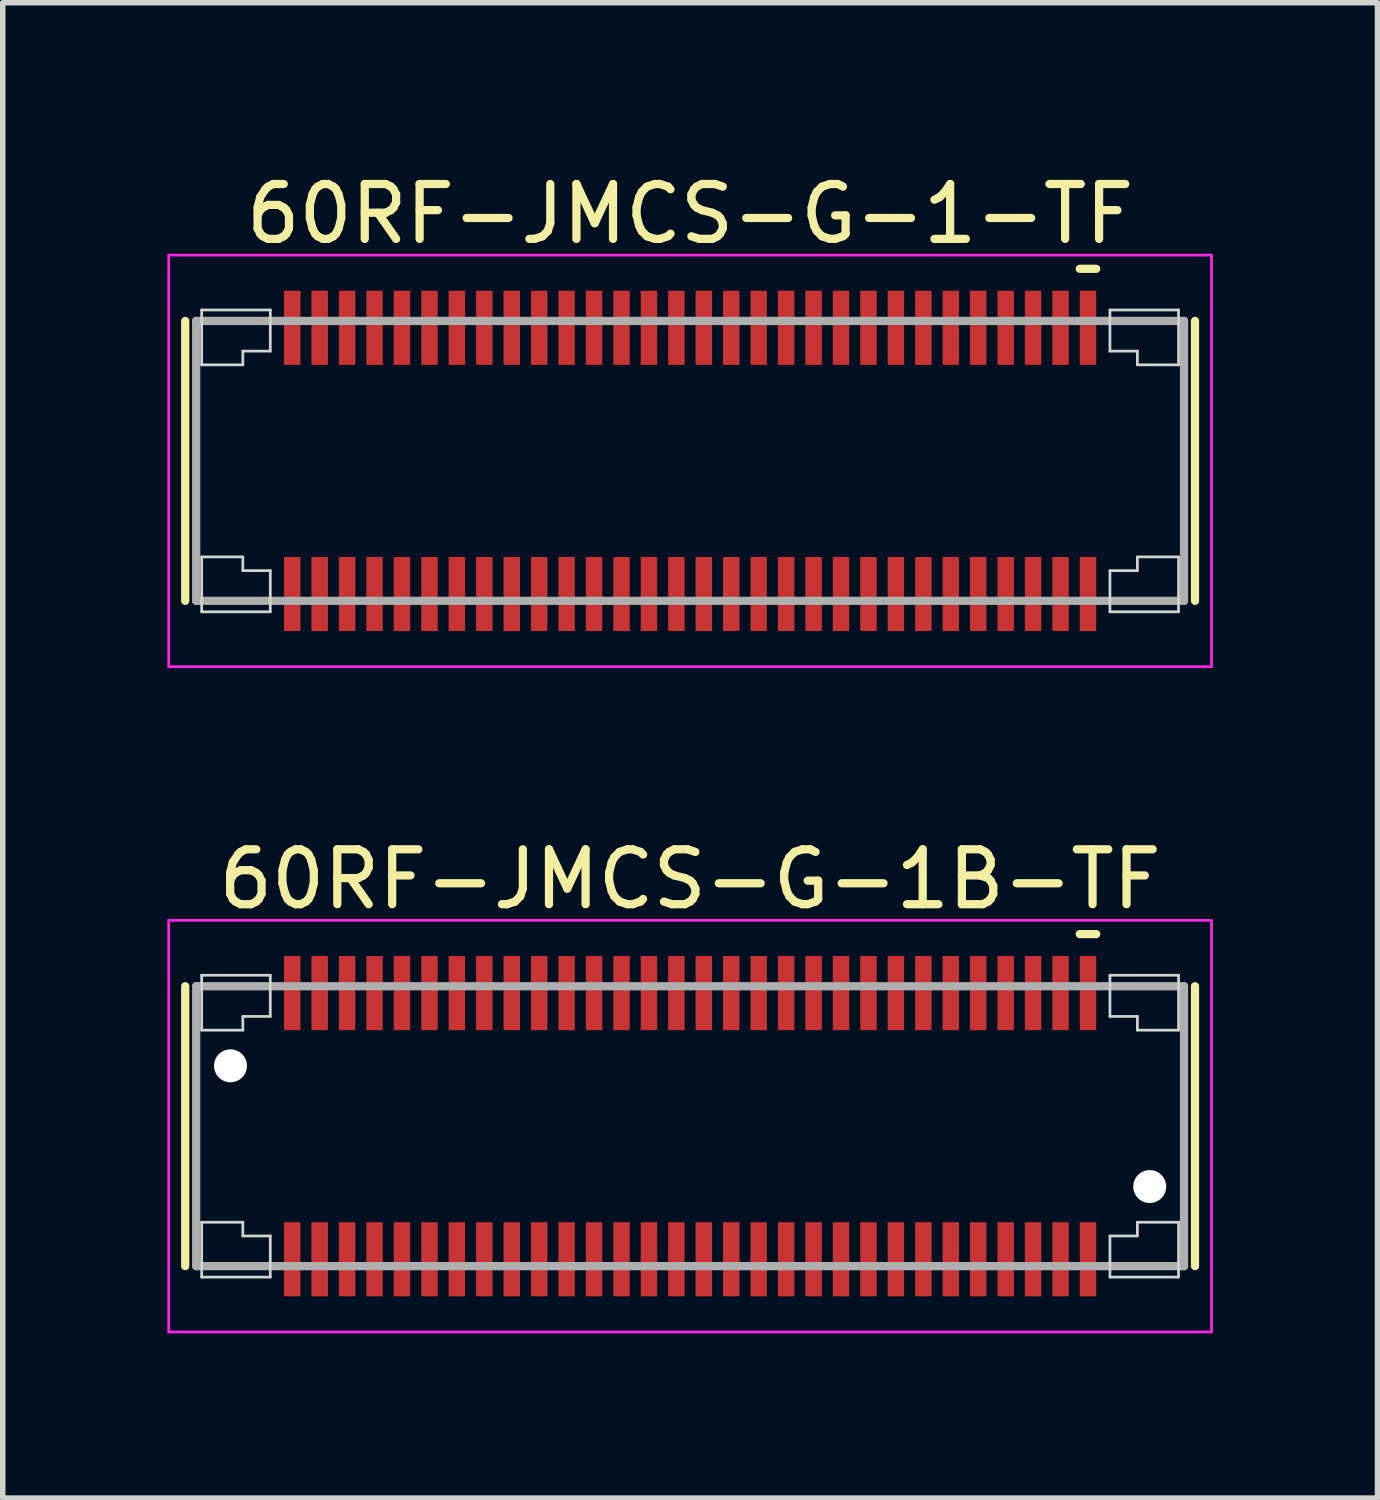
<source format=kicad_pcb>
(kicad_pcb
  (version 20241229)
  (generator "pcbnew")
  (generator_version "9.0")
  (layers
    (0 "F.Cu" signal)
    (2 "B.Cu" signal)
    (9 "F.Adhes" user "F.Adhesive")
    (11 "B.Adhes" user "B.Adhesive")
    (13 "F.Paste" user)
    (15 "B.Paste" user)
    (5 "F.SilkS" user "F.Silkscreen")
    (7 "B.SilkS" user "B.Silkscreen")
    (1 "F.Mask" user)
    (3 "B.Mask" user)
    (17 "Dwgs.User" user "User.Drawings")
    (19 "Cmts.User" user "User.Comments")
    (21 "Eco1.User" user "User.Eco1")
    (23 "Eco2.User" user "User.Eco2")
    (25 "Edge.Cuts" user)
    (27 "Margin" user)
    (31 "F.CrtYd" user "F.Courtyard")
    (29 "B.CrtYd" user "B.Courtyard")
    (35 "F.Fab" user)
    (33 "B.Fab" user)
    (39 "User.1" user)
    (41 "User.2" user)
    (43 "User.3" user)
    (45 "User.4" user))
  (footprint "60RF-JMCS-G-1-TF"
    (layer "F.Cu")
    (at 9.525 5.348)
    (property "Reference" "60RF-JMCS-G-1-TF" (at 0 -4.5 0) (layer "F.SilkS") (effects (font (size 1 1) (thickness 0.15))))
    (attr smd)
    (fp_line (start -9.2 -2.55) (end -9.2 2.55) (stroke (width 0.15) (type solid)) (layer "F.SilkS"))
    (fp_line (start 7.1 -3.5) (end 7.4 -3.5) (stroke (width 0.15) (type solid)) (layer "F.SilkS"))
    (fp_line (start 9.2 -2.55) (end 9.2 2.55) (stroke (width 0.15) (type solid)) (layer "F.SilkS"))
    (fp_line (start -8.9 -2.75) (end -8.9 -1.75) (stroke (width 0.05) (type solid)) (layer "Edge.Cuts"))
    (fp_line (start -8.9 -2.75) (end -7.65 -2.75) (stroke (width 0.05) (type solid)) (layer "Edge.Cuts"))
    (fp_line (start -8.9 -1.75) (end -8.15 -1.75) (stroke (width 0.05) (type solid)) (layer "Edge.Cuts"))
    (fp_line (start -8.9 1.75) (end -8.15 1.75) (stroke (width 0.05) (type solid)) (layer "Edge.Cuts"))
    (fp_line (start -8.9 2.75) (end -8.9 1.75) (stroke (width 0.05) (type solid)) (layer "Edge.Cuts"))
    (fp_line (start -8.9 2.75) (end -7.65 2.75) (stroke (width 0.05) (type solid)) (layer "Edge.Cuts"))
    (fp_line (start -8.15 -2) (end -8.15 -1.75) (stroke (width 0.05) (type solid)) (layer "Edge.Cuts"))
    (fp_line (start -8.15 -2) (end -7.65 -2) (stroke (width 0.05) (type solid)) (layer "Edge.Cuts"))
    (fp_line (start -8.15 2) (end -8.15 1.75) (stroke (width 0.05) (type solid)) (layer "Edge.Cuts"))
    (fp_line (start -8.15 2) (end -7.65 2) (stroke (width 0.05) (type solid)) (layer "Edge.Cuts"))
    (fp_line (start -7.65 -2.75) (end -7.65 -2) (stroke (width 0.05) (type solid)) (layer "Edge.Cuts"))
    (fp_line (start -7.65 2.75) (end -7.65 2) (stroke (width 0.05) (type solid)) (layer "Edge.Cuts"))
    (fp_line (start 7.65 -2.75) (end 7.65 -2) (stroke (width 0.05) (type solid)) (layer "Edge.Cuts"))
    (fp_line (start 7.65 2.75) (end 7.65 2) (stroke (width 0.05) (type solid)) (layer "Edge.Cuts"))
    (fp_line (start 8.15 -2) (end 7.65 -2) (stroke (width 0.05) (type solid)) (layer "Edge.Cuts"))
    (fp_line (start 8.15 -2) (end 8.15 -1.75) (stroke (width 0.05) (type solid)) (layer "Edge.Cuts"))
    (fp_line (start 8.15 2) (end 7.65 2) (stroke (width 0.05) (type solid)) (layer "Edge.Cuts"))
    (fp_line (start 8.15 2) (end 8.15 1.75) (stroke (width 0.05) (type solid)) (layer "Edge.Cuts"))
    (fp_line (start 8.9 -2.75) (end 7.65 -2.75) (stroke (width 0.05) (type solid)) (layer "Edge.Cuts"))
    (fp_line (start 8.9 -2.75) (end 8.9 -1.75) (stroke (width 0.05) (type solid)) (layer "Edge.Cuts"))
    (fp_line (start 8.9 -1.75) (end 8.15 -1.75) (stroke (width 0.05) (type solid)) (layer "Edge.Cuts"))
    (fp_line (start 8.9 1.75) (end 8.15 1.75) (stroke (width 0.05) (type solid)) (layer "Edge.Cuts"))
    (fp_line (start 8.9 2.75) (end 7.65 2.75) (stroke (width 0.05) (type solid)) (layer "Edge.Cuts"))
    (fp_line (start 8.9 2.75) (end 8.9 1.75) (stroke (width 0.05) (type solid)) (layer "Edge.Cuts"))
    (fp_line (start -9.5 -3.75) (end -9.5 3.75) (stroke (width 0.05) (type solid)) (layer "F.CrtYd"))
    (fp_line (start -9.5 -3.75) (end 9.5 -3.75) (stroke (width 0.05) (type solid)) (layer "F.CrtYd"))
    (fp_line (start -9.5 3.75) (end 9.5 3.75) (stroke (width 0.05) (type solid)) (layer "F.CrtYd"))
    (fp_line (start 9.5 -3.75) (end 9.5 3.75) (stroke (width 0.05) (type solid)) (layer "F.CrtYd"))
    (fp_line (start -9 -2.55) (end -9 2.55) (stroke (width 0.15) (type solid)) (layer "F.Fab"))
    (fp_line (start -9 -2.55) (end 9 -2.55) (stroke (width 0.15) (type solid)) (layer "F.Fab"))
    (fp_line (start -9 2.55) (end 9 2.55) (stroke (width 0.15) (type solid)) (layer "F.Fab"))
    (fp_line (start 9 -2.55) (end 9 2.55) (stroke (width 0.15) (type solid)) (layer "F.Fab"))
    (pad "1" smd rect (at 7.25 -2.425) (size 0.3 1.35) (layers "F.Cu" "F.Mask" "F.Paste"))
    (pad "2" smd rect (at 7.25 2.425) (size 0.3 1.35) (layers "F.Cu" "F.Mask" "F.Paste"))
    (pad "3" smd rect (at 6.75 -2.425) (size 0.3 1.35) (layers "F.Cu" "F.Mask" "F.Paste"))
    (pad "4" smd rect (at 6.75 2.425) (size 0.3 1.35) (layers "F.Cu" "F.Mask" "F.Paste"))
    (pad "5" smd rect (at 6.25 -2.425) (size 0.3 1.35) (layers "F.Cu" "F.Mask" "F.Paste"))
    (pad "6" smd rect (at 6.25 2.425) (size 0.3 1.35) (layers "F.Cu" "F.Mask" "F.Paste"))
    (pad "7" smd rect (at 5.75 -2.425) (size 0.3 1.35) (layers "F.Cu" "F.Mask" "F.Paste"))
    (pad "8" smd rect (at 5.75 2.425) (size 0.3 1.35) (layers "F.Cu" "F.Mask" "F.Paste"))
    (pad "9" smd rect (at 5.25 -2.425) (size 0.3 1.35) (layers "F.Cu" "F.Mask" "F.Paste"))
    (pad "10" smd rect (at 5.25 2.425) (size 0.3 1.35) (layers "F.Cu" "F.Mask" "F.Paste"))
    (pad "11" smd rect (at 4.75 -2.425) (size 0.3 1.35) (layers "F.Cu" "F.Mask" "F.Paste"))
    (pad "12" smd rect (at 4.75 2.425) (size 0.3 1.35) (layers "F.Cu" "F.Mask" "F.Paste"))
    (pad "13" smd rect (at 4.25 -2.425) (size 0.3 1.35) (layers "F.Cu" "F.Mask" "F.Paste"))
    (pad "14" smd rect (at 4.25 2.425) (size 0.3 1.35) (layers "F.Cu" "F.Mask" "F.Paste"))
    (pad "15" smd rect (at 3.75 -2.425) (size 0.3 1.35) (layers "F.Cu" "F.Mask" "F.Paste"))
    (pad "16" smd rect (at 3.75 2.425) (size 0.3 1.35) (layers "F.Cu" "F.Mask" "F.Paste"))
    (pad "17" smd rect (at 3.25 -2.425) (size 0.3 1.35) (layers "F.Cu" "F.Mask" "F.Paste"))
    (pad "18" smd rect (at 3.25 2.425) (size 0.3 1.35) (layers "F.Cu" "F.Mask" "F.Paste"))
    (pad "19" smd rect (at 2.75 -2.425) (size 0.3 1.35) (layers "F.Cu" "F.Mask" "F.Paste"))
    (pad "20" smd rect (at 2.75 2.425) (size 0.3 1.35) (layers "F.Cu" "F.Mask" "F.Paste"))
    (pad "21" smd rect (at 2.25 -2.425) (size 0.3 1.35) (layers "F.Cu" "F.Mask" "F.Paste"))
    (pad "22" smd rect (at 2.25 2.425) (size 0.3 1.35) (layers "F.Cu" "F.Mask" "F.Paste"))
    (pad "23" smd rect (at 1.75 -2.425) (size 0.3 1.35) (layers "F.Cu" "F.Mask" "F.Paste"))
    (pad "24" smd rect (at 1.75 2.425) (size 0.3 1.35) (layers "F.Cu" "F.Mask" "F.Paste"))
    (pad "25" smd rect (at 1.25 -2.425) (size 0.3 1.35) (layers "F.Cu" "F.Mask" "F.Paste"))
    (pad "26" smd rect (at 1.25 2.425) (size 0.3 1.35) (layers "F.Cu" "F.Mask" "F.Paste"))
    (pad "27" smd rect (at 0.75 -2.425) (size 0.3 1.35) (layers "F.Cu" "F.Mask" "F.Paste"))
    (pad "28" smd rect (at 0.75 2.425) (size 0.3 1.35) (layers "F.Cu" "F.Mask" "F.Paste"))
    (pad "29" smd rect (at 0.25 -2.425) (size 0.3 1.35) (layers "F.Cu" "F.Mask" "F.Paste"))
    (pad "30" smd rect (at 0.25 2.425) (size 0.3 1.35) (layers "F.Cu" "F.Mask" "F.Paste"))
    (pad "31" smd rect (at -0.25 -2.425) (size 0.3 1.35) (layers "F.Cu" "F.Mask" "F.Paste"))
    (pad "32" smd rect (at -0.25 2.425) (size 0.3 1.35) (layers "F.Cu" "F.Mask" "F.Paste"))
    (pad "33" smd rect (at -0.75 -2.425) (size 0.3 1.35) (layers "F.Cu" "F.Mask" "F.Paste"))
    (pad "34" smd rect (at -0.75 2.425) (size 0.3 1.35) (layers "F.Cu" "F.Mask" "F.Paste"))
    (pad "35" smd rect (at -1.25 -2.425) (size 0.3 1.35) (layers "F.Cu" "F.Mask" "F.Paste"))
    (pad "36" smd rect (at -1.25 2.425) (size 0.3 1.35) (layers "F.Cu" "F.Mask" "F.Paste"))
    (pad "37" smd rect (at -1.75 -2.425) (size 0.3 1.35) (layers "F.Cu" "F.Mask" "F.Paste"))
    (pad "38" smd rect (at -1.75 2.425) (size 0.3 1.35) (layers "F.Cu" "F.Mask" "F.Paste"))
    (pad "39" smd rect (at -2.25 -2.425) (size 0.3 1.35) (layers "F.Cu" "F.Mask" "F.Paste"))
    (pad "40" smd rect (at -2.25 2.425) (size 0.3 1.35) (layers "F.Cu" "F.Mask" "F.Paste"))
    (pad "41" smd rect (at -2.75 -2.425) (size 0.3 1.35) (layers "F.Cu" "F.Mask" "F.Paste"))
    (pad "42" smd rect (at -2.75 2.425) (size 0.3 1.35) (layers "F.Cu" "F.Mask" "F.Paste"))
    (pad "43" smd rect (at -3.25 -2.425) (size 0.3 1.35) (layers "F.Cu" "F.Mask" "F.Paste"))
    (pad "44" smd rect (at -3.25 2.425) (size 0.3 1.35) (layers "F.Cu" "F.Mask" "F.Paste"))
    (pad "45" smd rect (at -3.75 -2.425) (size 0.3 1.35) (layers "F.Cu" "F.Mask" "F.Paste"))
    (pad "46" smd rect (at -3.75 2.425) (size 0.3 1.35) (layers "F.Cu" "F.Mask" "F.Paste"))
    (pad "47" smd rect (at -4.25 -2.425) (size 0.3 1.35) (layers "F.Cu" "F.Mask" "F.Paste"))
    (pad "48" smd rect (at -4.25 2.425) (size 0.3 1.35) (layers "F.Cu" "F.Mask" "F.Paste"))
    (pad "49" smd rect (at -4.75 -2.425) (size 0.3 1.35) (layers "F.Cu" "F.Mask" "F.Paste"))
    (pad "50" smd rect (at -4.75 2.425) (size 0.3 1.35) (layers "F.Cu" "F.Mask" "F.Paste"))
    (pad "51" smd rect (at -5.25 -2.425) (size 0.3 1.35) (layers "F.Cu" "F.Mask" "F.Paste"))
    (pad "52" smd rect (at -5.25 2.425) (size 0.3 1.35) (layers "F.Cu" "F.Mask" "F.Paste"))
    (pad "53" smd rect (at -5.75 -2.425) (size 0.3 1.35) (layers "F.Cu" "F.Mask" "F.Paste"))
    (pad "54" smd rect (at -5.75 2.425) (size 0.3 1.35) (layers "F.Cu" "F.Mask" "F.Paste"))
    (pad "55" smd rect (at -6.25 -2.425) (size 0.3 1.35) (layers "F.Cu" "F.Mask" "F.Paste"))
    (pad "56" smd rect (at -6.25 2.425) (size 0.3 1.35) (layers "F.Cu" "F.Mask" "F.Paste"))
    (pad "57" smd rect (at -6.75 -2.425) (size 0.3 1.35) (layers "F.Cu" "F.Mask" "F.Paste"))
    (pad "58" smd rect (at -6.75 2.425) (size 0.3 1.35) (layers "F.Cu" "F.Mask" "F.Paste"))
    (pad "59" smd rect (at -7.25 -2.425) (size 0.3 1.35) (layers "F.Cu" "F.Mask" "F.Paste"))
    (pad "60" smd rect (at -7.25 2.425) (size 0.3 1.35) (layers "F.Cu" "F.Mask" "F.Paste")))
  (footprint "60RF-JMCS-G-1B-TF"
    (layer "F.Cu")
    (at 9.525 17.471)
    (property "Reference" "60RF-JMCS-G-1B-TF" (at 0 -4.5 0) (layer "F.SilkS") (effects (font (size 1 1) (thickness 0.15))))
    (attr smd)
    (fp_line (start -9.2 -2.55) (end -9.2 2.55) (stroke (width 0.15) (type solid)) (layer "F.SilkS"))
    (fp_line (start 7.1 -3.5) (end 7.4 -3.5) (stroke (width 0.15) (type solid)) (layer "F.SilkS"))
    (fp_line (start 9.2 -2.55) (end 9.2 2.55) (stroke (width 0.15) (type solid)) (layer "F.SilkS"))
    (fp_line (start -8.9 -2.75) (end -8.9 -1.75) (stroke (width 0.05) (type solid)) (layer "Edge.Cuts"))
    (fp_line (start -8.9 -2.75) (end -7.65 -2.75) (stroke (width 0.05) (type solid)) (layer "Edge.Cuts"))
    (fp_line (start -8.9 -1.75) (end -8.15 -1.75) (stroke (width 0.05) (type solid)) (layer "Edge.Cuts"))
    (fp_line (start -8.9 1.75) (end -8.15 1.75) (stroke (width 0.05) (type solid)) (layer "Edge.Cuts"))
    (fp_line (start -8.9 2.75) (end -8.9 1.75) (stroke (width 0.05) (type solid)) (layer "Edge.Cuts"))
    (fp_line (start -8.9 2.75) (end -7.65 2.75) (stroke (width 0.05) (type solid)) (layer "Edge.Cuts"))
    (fp_line (start -8.15 -2) (end -8.15 -1.75) (stroke (width 0.05) (type solid)) (layer "Edge.Cuts"))
    (fp_line (start -8.15 -2) (end -7.65 -2) (stroke (width 0.05) (type solid)) (layer "Edge.Cuts"))
    (fp_line (start -8.15 2) (end -8.15 1.75) (stroke (width 0.05) (type solid)) (layer "Edge.Cuts"))
    (fp_line (start -8.15 2) (end -7.65 2) (stroke (width 0.05) (type solid)) (layer "Edge.Cuts"))
    (fp_line (start -7.65 -2.75) (end -7.65 -2) (stroke (width 0.05) (type solid)) (layer "Edge.Cuts"))
    (fp_line (start -7.65 2.75) (end -7.65 2) (stroke (width 0.05) (type solid)) (layer "Edge.Cuts"))
    (fp_line (start 7.65 -2.75) (end 7.65 -2) (stroke (width 0.05) (type solid)) (layer "Edge.Cuts"))
    (fp_line (start 7.65 2.75) (end 7.65 2) (stroke (width 0.05) (type solid)) (layer "Edge.Cuts"))
    (fp_line (start 8.15 -2) (end 7.65 -2) (stroke (width 0.05) (type solid)) (layer "Edge.Cuts"))
    (fp_line (start 8.15 -2) (end 8.15 -1.75) (stroke (width 0.05) (type solid)) (layer "Edge.Cuts"))
    (fp_line (start 8.15 2) (end 7.65 2) (stroke (width 0.05) (type solid)) (layer "Edge.Cuts"))
    (fp_line (start 8.15 2) (end 8.15 1.75) (stroke (width 0.05) (type solid)) (layer "Edge.Cuts"))
    (fp_line (start 8.9 -2.75) (end 7.65 -2.75) (stroke (width 0.05) (type solid)) (layer "Edge.Cuts"))
    (fp_line (start 8.9 -2.75) (end 8.9 -1.75) (stroke (width 0.05) (type solid)) (layer "Edge.Cuts"))
    (fp_line (start 8.9 -1.75) (end 8.15 -1.75) (stroke (width 0.05) (type solid)) (layer "Edge.Cuts"))
    (fp_line (start 8.9 1.75) (end 8.15 1.75) (stroke (width 0.05) (type solid)) (layer "Edge.Cuts"))
    (fp_line (start 8.9 2.75) (end 7.65 2.75) (stroke (width 0.05) (type solid)) (layer "Edge.Cuts"))
    (fp_line (start 8.9 2.75) (end 8.9 1.75) (stroke (width 0.05) (type solid)) (layer "Edge.Cuts"))
    (fp_line (start -9.5 -3.75) (end -9.5 3.75) (stroke (width 0.05) (type solid)) (layer "F.CrtYd"))
    (fp_line (start -9.5 -3.75) (end 9.5 -3.75) (stroke (width 0.05) (type solid)) (layer "F.CrtYd"))
    (fp_line (start -9.5 3.75) (end 9.5 3.75) (stroke (width 0.05) (type solid)) (layer "F.CrtYd"))
    (fp_line (start 9.5 -3.75) (end 9.5 3.75) (stroke (width 0.05) (type solid)) (layer "F.CrtYd"))
    (fp_line (start -9 -2.55) (end -9 2.55) (stroke (width 0.15) (type solid)) (layer "F.Fab"))
    (fp_line (start -9 -2.55) (end 9 -2.55) (stroke (width 0.15) (type solid)) (layer "F.Fab"))
    (fp_line (start -9 2.55) (end 9 2.55) (stroke (width 0.15) (type solid)) (layer "F.Fab"))
    (fp_line (start 9 -2.55) (end 9 2.55) (stroke (width 0.15) (type solid)) (layer "F.Fab"))
    (pad "" np_thru_hole circle (at -8.375 -1.1) (size 0.6 0.6) (drill 0.6) (layers "*.Cu" "*.Mask"))
    (pad "" np_thru_hole circle (at 8.375 1.1) (size 0.6 0.6) (drill 0.6) (layers "*.Cu" "*.Mask"))
    (pad "1" smd rect (at 7.25 -2.425) (size 0.3 1.35) (layers "F.Cu" "F.Mask" "F.Paste"))
    (pad "2" smd rect (at 7.25 2.425) (size 0.3 1.35) (layers "F.Cu" "F.Mask" "F.Paste"))
    (pad "3" smd rect (at 6.75 -2.425) (size 0.3 1.35) (layers "F.Cu" "F.Mask" "F.Paste"))
    (pad "4" smd rect (at 6.75 2.425) (size 0.3 1.35) (layers "F.Cu" "F.Mask" "F.Paste"))
    (pad "5" smd rect (at 6.25 -2.425) (size 0.3 1.35) (layers "F.Cu" "F.Mask" "F.Paste"))
    (pad "6" smd rect (at 6.25 2.425) (size 0.3 1.35) (layers "F.Cu" "F.Mask" "F.Paste"))
    (pad "7" smd rect (at 5.75 -2.425) (size 0.3 1.35) (layers "F.Cu" "F.Mask" "F.Paste"))
    (pad "8" smd rect (at 5.75 2.425) (size 0.3 1.35) (layers "F.Cu" "F.Mask" "F.Paste"))
    (pad "9" smd rect (at 5.25 -2.425) (size 0.3 1.35) (layers "F.Cu" "F.Mask" "F.Paste"))
    (pad "10" smd rect (at 5.25 2.425) (size 0.3 1.35) (layers "F.Cu" "F.Mask" "F.Paste"))
    (pad "11" smd rect (at 4.75 -2.425) (size 0.3 1.35) (layers "F.Cu" "F.Mask" "F.Paste"))
    (pad "12" smd rect (at 4.75 2.425) (size 0.3 1.35) (layers "F.Cu" "F.Mask" "F.Paste"))
    (pad "13" smd rect (at 4.25 -2.425) (size 0.3 1.35) (layers "F.Cu" "F.Mask" "F.Paste"))
    (pad "14" smd rect (at 4.25 2.425) (size 0.3 1.35) (layers "F.Cu" "F.Mask" "F.Paste"))
    (pad "15" smd rect (at 3.75 -2.425) (size 0.3 1.35) (layers "F.Cu" "F.Mask" "F.Paste"))
    (pad "16" smd rect (at 3.75 2.425) (size 0.3 1.35) (layers "F.Cu" "F.Mask" "F.Paste"))
    (pad "17" smd rect (at 3.25 -2.425) (size 0.3 1.35) (layers "F.Cu" "F.Mask" "F.Paste"))
    (pad "18" smd rect (at 3.25 2.425) (size 0.3 1.35) (layers "F.Cu" "F.Mask" "F.Paste"))
    (pad "19" smd rect (at 2.75 -2.425) (size 0.3 1.35) (layers "F.Cu" "F.Mask" "F.Paste"))
    (pad "20" smd rect (at 2.75 2.425) (size 0.3 1.35) (layers "F.Cu" "F.Mask" "F.Paste"))
    (pad "21" smd rect (at 2.25 -2.425) (size 0.3 1.35) (layers "F.Cu" "F.Mask" "F.Paste"))
    (pad "22" smd rect (at 2.25 2.425) (size 0.3 1.35) (layers "F.Cu" "F.Mask" "F.Paste"))
    (pad "23" smd rect (at 1.75 -2.425) (size 0.3 1.35) (layers "F.Cu" "F.Mask" "F.Paste"))
    (pad "24" smd rect (at 1.75 2.425) (size 0.3 1.35) (layers "F.Cu" "F.Mask" "F.Paste"))
    (pad "25" smd rect (at 1.25 -2.425) (size 0.3 1.35) (layers "F.Cu" "F.Mask" "F.Paste"))
    (pad "26" smd rect (at 1.25 2.425) (size 0.3 1.35) (layers "F.Cu" "F.Mask" "F.Paste"))
    (pad "27" smd rect (at 0.75 -2.425) (size 0.3 1.35) (layers "F.Cu" "F.Mask" "F.Paste"))
    (pad "28" smd rect (at 0.75 2.425) (size 0.3 1.35) (layers "F.Cu" "F.Mask" "F.Paste"))
    (pad "29" smd rect (at 0.25 -2.425) (size 0.3 1.35) (layers "F.Cu" "F.Mask" "F.Paste"))
    (pad "30" smd rect (at 0.25 2.425) (size 0.3 1.35) (layers "F.Cu" "F.Mask" "F.Paste"))
    (pad "31" smd rect (at -0.25 -2.425) (size 0.3 1.35) (layers "F.Cu" "F.Mask" "F.Paste"))
    (pad "32" smd rect (at -0.25 2.425) (size 0.3 1.35) (layers "F.Cu" "F.Mask" "F.Paste"))
    (pad "33" smd rect (at -0.75 -2.425) (size 0.3 1.35) (layers "F.Cu" "F.Mask" "F.Paste"))
    (pad "34" smd rect (at -0.75 2.425) (size 0.3 1.35) (layers "F.Cu" "F.Mask" "F.Paste"))
    (pad "35" smd rect (at -1.25 -2.425) (size 0.3 1.35) (layers "F.Cu" "F.Mask" "F.Paste"))
    (pad "36" smd rect (at -1.25 2.425) (size 0.3 1.35) (layers "F.Cu" "F.Mask" "F.Paste"))
    (pad "37" smd rect (at -1.75 -2.425) (size 0.3 1.35) (layers "F.Cu" "F.Mask" "F.Paste"))
    (pad "38" smd rect (at -1.75 2.425) (size 0.3 1.35) (layers "F.Cu" "F.Mask" "F.Paste"))
    (pad "39" smd rect (at -2.25 -2.425) (size 0.3 1.35) (layers "F.Cu" "F.Mask" "F.Paste"))
    (pad "40" smd rect (at -2.25 2.425) (size 0.3 1.35) (layers "F.Cu" "F.Mask" "F.Paste"))
    (pad "41" smd rect (at -2.75 -2.425) (size 0.3 1.35) (layers "F.Cu" "F.Mask" "F.Paste"))
    (pad "42" smd rect (at -2.75 2.425) (size 0.3 1.35) (layers "F.Cu" "F.Mask" "F.Paste"))
    (pad "43" smd rect (at -3.25 -2.425) (size 0.3 1.35) (layers "F.Cu" "F.Mask" "F.Paste"))
    (pad "44" smd rect (at -3.25 2.425) (size 0.3 1.35) (layers "F.Cu" "F.Mask" "F.Paste"))
    (pad "45" smd rect (at -3.75 -2.425) (size 0.3 1.35) (layers "F.Cu" "F.Mask" "F.Paste"))
    (pad "46" smd rect (at -3.75 2.425) (size 0.3 1.35) (layers "F.Cu" "F.Mask" "F.Paste"))
    (pad "47" smd rect (at -4.25 -2.425) (size 0.3 1.35) (layers "F.Cu" "F.Mask" "F.Paste"))
    (pad "48" smd rect (at -4.25 2.425) (size 0.3 1.35) (layers "F.Cu" "F.Mask" "F.Paste"))
    (pad "49" smd rect (at -4.75 -2.425) (size 0.3 1.35) (layers "F.Cu" "F.Mask" "F.Paste"))
    (pad "50" smd rect (at -4.75 2.425) (size 0.3 1.35) (layers "F.Cu" "F.Mask" "F.Paste"))
    (pad "51" smd rect (at -5.25 -2.425) (size 0.3 1.35) (layers "F.Cu" "F.Mask" "F.Paste"))
    (pad "52" smd rect (at -5.25 2.425) (size 0.3 1.35) (layers "F.Cu" "F.Mask" "F.Paste"))
    (pad "53" smd rect (at -5.75 -2.425) (size 0.3 1.35) (layers "F.Cu" "F.Mask" "F.Paste"))
    (pad "54" smd rect (at -5.75 2.425) (size 0.3 1.35) (layers "F.Cu" "F.Mask" "F.Paste"))
    (pad "55" smd rect (at -6.25 -2.425) (size 0.3 1.35) (layers "F.Cu" "F.Mask" "F.Paste"))
    (pad "56" smd rect (at -6.25 2.425) (size 0.3 1.35) (layers "F.Cu" "F.Mask" "F.Paste"))
    (pad "57" smd rect (at -6.75 -2.425) (size 0.3 1.35) (layers "F.Cu" "F.Mask" "F.Paste"))
    (pad "58" smd rect (at -6.75 2.425) (size 0.3 1.35) (layers "F.Cu" "F.Mask" "F.Paste"))
    (pad "59" smd rect (at -7.25 -2.425) (size 0.3 1.35) (layers "F.Cu" "F.Mask" "F.Paste"))
    (pad "60" smd rect (at -7.25 2.425) (size 0.3 1.35) (layers "F.Cu" "F.Mask" "F.Paste")))
  (gr_rect
    (start -3 -3)
    (end 22.05 24.247)
    (stroke (width 0.1) (type default))
    (fill no)
    (layer "Edge.Cuts")))
</source>
